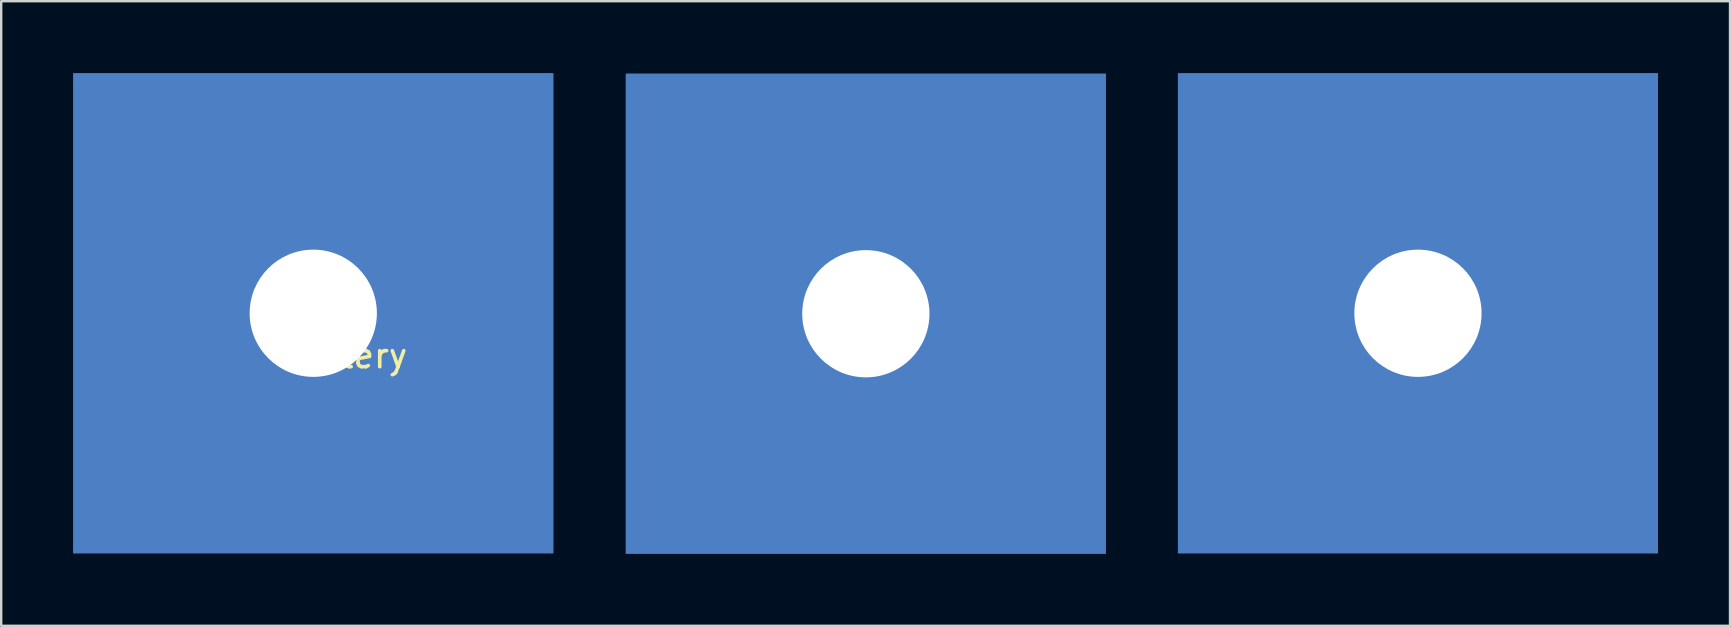
<source format=kicad_pcb>
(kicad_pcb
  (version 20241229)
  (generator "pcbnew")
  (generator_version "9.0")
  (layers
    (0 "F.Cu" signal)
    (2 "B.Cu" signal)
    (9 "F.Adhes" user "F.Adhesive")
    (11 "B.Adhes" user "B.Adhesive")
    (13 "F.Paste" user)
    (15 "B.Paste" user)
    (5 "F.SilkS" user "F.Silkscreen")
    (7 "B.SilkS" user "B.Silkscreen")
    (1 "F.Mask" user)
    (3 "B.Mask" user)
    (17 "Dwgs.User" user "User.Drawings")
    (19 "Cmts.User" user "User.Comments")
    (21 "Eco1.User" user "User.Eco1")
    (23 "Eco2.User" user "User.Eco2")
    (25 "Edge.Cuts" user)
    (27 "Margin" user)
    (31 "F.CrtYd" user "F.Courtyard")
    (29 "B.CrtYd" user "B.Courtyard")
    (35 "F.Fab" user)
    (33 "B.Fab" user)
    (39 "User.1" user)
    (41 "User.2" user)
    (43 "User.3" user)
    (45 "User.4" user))
  (footprint "Battery"
    (layer "F.Cu")
    (at 11.27 11.27)
    (property "Reference" "Battery" (at 0 0.5 0) (layer "F.SilkS") (effects (font (size 1 1) (thickness 0.15))))
    (attr through_hole)
    (pad "1" thru_hole rect (at -1.27 -1.27) (size 20 20) (drill 5.3) (layers "*.Cu" "*.Mask"))
    (pad "2" thru_hole rect (at 21.75 -1.25) (size 20 20) (drill 5.3) (layers "*.Cu" "*.Mask"))
    (pad "3" thru_hole rect (at 44.75 -1.27) (size 20 20) (drill 5.3) (layers "*.Cu" "*.Mask")))
  (gr_rect
    (start -3 -3)
    (end 69.02 23.02)
    (stroke (width 0.1) (type default))
    (fill no)
    (layer "Edge.Cuts")))
</source>
